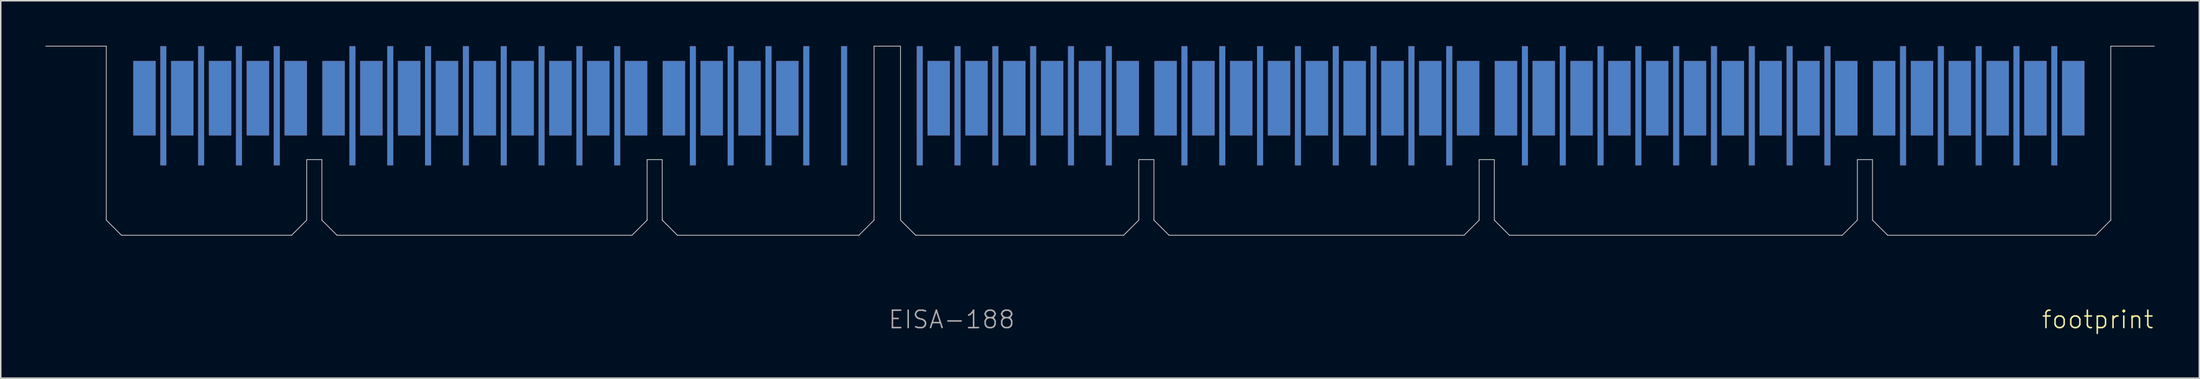
<source format=kicad_pcb>
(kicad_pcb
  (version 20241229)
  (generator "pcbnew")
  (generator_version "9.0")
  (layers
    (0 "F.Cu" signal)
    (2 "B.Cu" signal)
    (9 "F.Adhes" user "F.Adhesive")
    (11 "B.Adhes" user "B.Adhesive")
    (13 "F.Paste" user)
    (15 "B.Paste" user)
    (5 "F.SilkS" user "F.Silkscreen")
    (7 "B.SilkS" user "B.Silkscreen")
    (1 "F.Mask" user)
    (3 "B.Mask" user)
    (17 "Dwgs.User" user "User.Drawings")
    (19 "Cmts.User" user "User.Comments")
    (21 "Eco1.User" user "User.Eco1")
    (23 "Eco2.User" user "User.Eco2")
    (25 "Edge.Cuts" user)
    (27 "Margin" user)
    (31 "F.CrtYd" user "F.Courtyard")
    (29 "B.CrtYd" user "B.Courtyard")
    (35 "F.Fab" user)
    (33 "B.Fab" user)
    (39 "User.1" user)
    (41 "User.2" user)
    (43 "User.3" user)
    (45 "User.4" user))
  (footprint "footprint"
    (layer "F.Cu")
    (at 56.54 12.752)
    (property "Reference" "footprint" (at 77.47 6.35 0) (layer "F.SilkS") (effects (font (size 1.168 1.168) (thickness 0.102)) (justify left bottom)))
    (fp_line (start -51.435 2.54) (end 81.28 2.54) (stroke (width 1.016) (type solid)) (layer "F.Mask"))
    (fp_line (start -49.89 -6.35) (end -49.89 -12.002) (stroke (width 1.5) (type solid)) (layer "F.Mask"))
    (fp_line (start -49.89 -6.35) (end -49.89 2.54) (stroke (width 0.4) (type solid)) (layer "F.Mask"))
    (fp_line (start -48.62 -4.699) (end -48.62 1.905) (stroke (width 1.4) (type solid)) (layer "F.Mask"))
    (fp_line (start -47.35 -6.35) (end -47.35 -12.002) (stroke (width 1.5) (type solid)) (layer "F.Mask"))
    (fp_line (start -47.35 -6.35) (end -47.35 2.54) (stroke (width 0.4) (type solid)) (layer "F.Mask"))
    (fp_line (start -46.08 -4.699) (end -46.08 1.905) (stroke (width 1.4) (type solid)) (layer "F.Mask"))
    (fp_line (start -44.81 -6.35) (end -44.81 -12.002) (stroke (width 1.5) (type solid)) (layer "F.Mask"))
    (fp_line (start -44.81 -6.35) (end -44.81 2.54) (stroke (width 0.4) (type solid)) (layer "F.Mask"))
    (fp_line (start -43.54 -4.699) (end -43.54 1.905) (stroke (width 1.4) (type solid)) (layer "F.Mask"))
    (fp_line (start -42.27 -6.35) (end -42.27 -12.002) (stroke (width 1.5) (type solid)) (layer "F.Mask"))
    (fp_line (start -42.27 -6.35) (end -42.27 2.54) (stroke (width 0.4) (type solid)) (layer "F.Mask"))
    (fp_line (start -41 -4.699) (end -41 1.905) (stroke (width 1.4) (type solid)) (layer "F.Mask"))
    (fp_line (start -39.73 -6.35) (end -39.73 -12.002) (stroke (width 1.5) (type solid)) (layer "F.Mask"))
    (fp_line (start -39.73 -6.35) (end -39.73 2.54) (stroke (width 0.4) (type solid)) (layer "F.Mask"))
    (fp_line (start -37.19 -6.35) (end -37.19 -12.002) (stroke (width 1.5) (type solid)) (layer "F.Mask"))
    (fp_line (start -37.19 -6.35) (end -37.19 2.54) (stroke (width 0.4) (type solid)) (layer "F.Mask"))
    (fp_line (start -35.92 -4.699) (end -35.92 1.905) (stroke (width 1.4) (type solid)) (layer "F.Mask"))
    (fp_line (start -34.65 -6.35) (end -34.65 -12.002) (stroke (width 1.5) (type solid)) (layer "F.Mask"))
    (fp_line (start -34.65 -6.35) (end -34.65 2.54) (stroke (width 0.4) (type solid)) (layer "F.Mask"))
    (fp_line (start -33.38 -4.699) (end -33.38 1.905) (stroke (width 1.4) (type solid)) (layer "F.Mask"))
    (fp_line (start -32.11 -6.35) (end -32.11 -12.002) (stroke (width 1.5) (type solid)) (layer "F.Mask"))
    (fp_line (start -32.11 -6.35) (end -32.11 2.54) (stroke (width 0.4) (type solid)) (layer "F.Mask"))
    (fp_line (start -30.84 -4.699) (end -30.84 1.905) (stroke (width 1.4) (type solid)) (layer "F.Mask"))
    (fp_line (start -29.57 -6.35) (end -29.57 -12.002) (stroke (width 1.5) (type solid)) (layer "F.Mask"))
    (fp_line (start -29.57 -6.35) (end -29.57 2.54) (stroke (width 0.4) (type solid)) (layer "F.Mask"))
    (fp_line (start -28.3 -4.699) (end -28.3 1.905) (stroke (width 1.4) (type solid)) (layer "F.Mask"))
    (fp_line (start -27.03 -6.35) (end -27.03 -12.002) (stroke (width 1.5) (type solid)) (layer "F.Mask"))
    (fp_line (start -27.03 -6.35) (end -27.03 2.54) (stroke (width 0.4) (type solid)) (layer "F.Mask"))
    (fp_line (start -25.76 -4.699) (end -25.76 1.905) (stroke (width 1.4) (type solid)) (layer "F.Mask"))
    (fp_line (start -24.49 -6.35) (end -24.49 -12.002) (stroke (width 1.5) (type solid)) (layer "F.Mask"))
    (fp_line (start -24.49 -6.35) (end -24.49 2.54) (stroke (width 0.4) (type solid)) (layer "F.Mask"))
    (fp_line (start -23.22 -4.699) (end -23.22 1.905) (stroke (width 1.4) (type solid)) (layer "F.Mask"))
    (fp_line (start -21.95 -6.35) (end -21.95 -12.002) (stroke (width 1.5) (type solid)) (layer "F.Mask"))
    (fp_line (start -21.95 -6.35) (end -21.95 2.54) (stroke (width 0.4) (type solid)) (layer "F.Mask"))
    (fp_line (start -20.68 -4.699) (end -20.68 1.905) (stroke (width 1.4) (type solid)) (layer "F.Mask"))
    (fp_line (start -19.41 -6.35) (end -19.41 -12.002) (stroke (width 1.5) (type solid)) (layer "F.Mask"))
    (fp_line (start -19.41 -6.35) (end -19.41 2.54) (stroke (width 0.4) (type solid)) (layer "F.Mask"))
    (fp_line (start -18.14 -4.699) (end -18.14 1.905) (stroke (width 1.4) (type solid)) (layer "F.Mask"))
    (fp_line (start -16.87 -6.35) (end -16.87 -12.002) (stroke (width 1.5) (type solid)) (layer "F.Mask"))
    (fp_line (start -16.87 -6.35) (end -16.87 2.54) (stroke (width 0.4) (type solid)) (layer "F.Mask"))
    (fp_line (start -14.33 -6.35) (end -14.33 -12.002) (stroke (width 1.5) (type solid)) (layer "F.Mask"))
    (fp_line (start -14.33 -6.35) (end -14.33 2.54) (stroke (width 0.4) (type solid)) (layer "F.Mask"))
    (fp_line (start -13.06 -4.699) (end -13.06 1.905) (stroke (width 1.4) (type solid)) (layer "F.Mask"))
    (fp_line (start -11.79 -6.35) (end -11.79 -12.002) (stroke (width 1.5) (type solid)) (layer "F.Mask"))
    (fp_line (start -11.79 -6.35) (end -11.79 2.54) (stroke (width 0.4) (type solid)) (layer "F.Mask"))
    (fp_line (start -10.52 -4.699) (end -10.52 1.905) (stroke (width 1.4) (type solid)) (layer "F.Mask"))
    (fp_line (start -9.25 -6.35) (end -9.25 -12.002) (stroke (width 1.5) (type solid)) (layer "F.Mask"))
    (fp_line (start -9.25 -6.35) (end -9.25 2.54) (stroke (width 0.4) (type solid)) (layer "F.Mask"))
    (fp_line (start -7.98 -4.699) (end -7.98 1.905) (stroke (width 1.4) (type solid)) (layer "F.Mask"))
    (fp_line (start -6.71 -6.35) (end -6.71 -12.002) (stroke (width 1.5) (type solid)) (layer "F.Mask"))
    (fp_line (start -6.71 -6.35) (end -6.71 2.54) (stroke (width 0.4) (type solid)) (layer "F.Mask"))
    (fp_line (start -5.44 -4.699) (end -5.44 1.905) (stroke (width 1.4) (type solid)) (layer "F.Mask"))
    (fp_line (start -2.9 -4.699) (end -2.9 1.905) (stroke (width 1.4) (type solid)) (layer "F.Mask"))
    (fp_line (start 2.18 -4.699) (end 2.18 1.905) (stroke (width 1.4) (type solid)) (layer "F.Mask"))
    (fp_line (start 3.45 -6.35) (end 3.45 -12.002) (stroke (width 1.5) (type solid)) (layer "F.Mask"))
    (fp_line (start 3.45 -6.35) (end 3.45 2.54) (stroke (width 0.4) (type solid)) (layer "F.Mask"))
    (fp_line (start 4.72 -4.699) (end 4.72 1.905) (stroke (width 1.4) (type solid)) (layer "F.Mask"))
    (fp_line (start 5.99 -6.35) (end 5.99 -12.002) (stroke (width 1.5) (type solid)) (layer "F.Mask"))
    (fp_line (start 5.99 -6.35) (end 5.99 2.54) (stroke (width 0.4) (type solid)) (layer "F.Mask"))
    (fp_line (start 7.26 -4.699) (end 7.26 1.905) (stroke (width 1.4) (type solid)) (layer "F.Mask"))
    (fp_line (start 8.53 -6.35) (end 8.53 -12.002) (stroke (width 1.5) (type solid)) (layer "F.Mask"))
    (fp_line (start 8.53 -6.35) (end 8.53 2.54) (stroke (width 0.4) (type solid)) (layer "F.Mask"))
    (fp_line (start 9.8 -4.699) (end 9.8 1.905) (stroke (width 1.4) (type solid)) (layer "F.Mask"))
    (fp_line (start 11.07 -6.35) (end 11.07 -12.002) (stroke (width 1.5) (type solid)) (layer "F.Mask"))
    (fp_line (start 11.07 -6.35) (end 11.07 2.54) (stroke (width 0.4) (type solid)) (layer "F.Mask"))
    (fp_line (start 12.34 -4.699) (end 12.34 1.905) (stroke (width 1.4) (type solid)) (layer "F.Mask"))
    (fp_line (start 13.61 -6.35) (end 13.61 -12.002) (stroke (width 1.5) (type solid)) (layer "F.Mask"))
    (fp_line (start 13.61 -6.35) (end 13.61 2.54) (stroke (width 0.4) (type solid)) (layer "F.Mask"))
    (fp_line (start 14.88 -4.699) (end 14.88 1.905) (stroke (width 1.4) (type solid)) (layer "F.Mask"))
    (fp_line (start 16.15 -6.35) (end 16.15 -12.002) (stroke (width 1.5) (type solid)) (layer "F.Mask"))
    (fp_line (start 16.15 -6.35) (end 16.15 2.54) (stroke (width 0.4) (type solid)) (layer "F.Mask"))
    (fp_line (start 18.69 -6.35) (end 18.69 -12.002) (stroke (width 1.5) (type solid)) (layer "F.Mask"))
    (fp_line (start 18.69 -6.35) (end 18.69 2.54) (stroke (width 0.4) (type solid)) (layer "F.Mask"))
    (fp_line (start 19.96 -4.699) (end 19.96 1.905) (stroke (width 1.4) (type solid)) (layer "F.Mask"))
    (fp_line (start 21.23 -6.35) (end 21.23 -12.002) (stroke (width 1.5) (type solid)) (layer "F.Mask"))
    (fp_line (start 21.23 -6.35) (end 21.23 2.54) (stroke (width 0.4) (type solid)) (layer "F.Mask"))
    (fp_line (start 22.5 -4.699) (end 22.5 1.905) (stroke (width 1.4) (type solid)) (layer "F.Mask"))
    (fp_line (start 23.77 -6.35) (end 23.77 -12.002) (stroke (width 1.5) (type solid)) (layer "F.Mask"))
    (fp_line (start 23.77 -6.35) (end 23.77 2.54) (stroke (width 0.4) (type solid)) (layer "F.Mask"))
    (fp_line (start 25.04 -4.699) (end 25.04 1.905) (stroke (width 1.4) (type solid)) (layer "F.Mask"))
    (fp_line (start 26.31 -6.35) (end 26.31 -12.002) (stroke (width 1.5) (type solid)) (layer "F.Mask"))
    (fp_line (start 26.31 -6.35) (end 26.31 2.54) (stroke (width 0.4) (type solid)) (layer "F.Mask"))
    (fp_line (start 27.58 -4.699) (end 27.58 1.905) (stroke (width 1.4) (type solid)) (layer "F.Mask"))
    (fp_line (start 28.85 -6.35) (end 28.85 -12.002) (stroke (width 1.5) (type solid)) (layer "F.Mask"))
    (fp_line (start 28.85 -6.35) (end 28.85 2.54) (stroke (width 0.4) (type solid)) (layer "F.Mask"))
    (fp_line (start 30.12 -4.699) (end 30.12 1.905) (stroke (width 1.4) (type solid)) (layer "F.Mask"))
    (fp_line (start 31.39 -6.35) (end 31.39 -12.002) (stroke (width 1.5) (type solid)) (layer "F.Mask"))
    (fp_line (start 31.39 -6.35) (end 31.39 2.54) (stroke (width 0.4) (type solid)) (layer "F.Mask"))
    (fp_line (start 32.66 -4.699) (end 32.66 1.905) (stroke (width 1.4) (type solid)) (layer "F.Mask"))
    (fp_line (start 33.93 -6.35) (end 33.93 -12.002) (stroke (width 1.5) (type solid)) (layer "F.Mask"))
    (fp_line (start 33.93 -6.35) (end 33.93 2.54) (stroke (width 0.4) (type solid)) (layer "F.Mask"))
    (fp_line (start 35.2 -4.699) (end 35.2 1.905) (stroke (width 1.4) (type solid)) (layer "F.Mask"))
    (fp_line (start 36.47 -6.35) (end 36.47 -12.002) (stroke (width 1.5) (type solid)) (layer "F.Mask"))
    (fp_line (start 36.47 -6.35) (end 36.47 2.54) (stroke (width 0.4) (type solid)) (layer "F.Mask"))
    (fp_line (start 37.74 -4.699) (end 37.74 1.905) (stroke (width 1.4) (type solid)) (layer "F.Mask"))
    (fp_line (start 39.01 -6.35) (end 39.01 -12.002) (stroke (width 1.5) (type solid)) (layer "F.Mask"))
    (fp_line (start 39.01 -6.35) (end 39.01 2.54) (stroke (width 0.4) (type solid)) (layer "F.Mask"))
    (fp_line (start 41.55 -6.35) (end 41.55 -12.002) (stroke (width 1.5) (type solid)) (layer "F.Mask"))
    (fp_line (start 41.55 -6.35) (end 41.55 2.54) (stroke (width 0.4) (type solid)) (layer "F.Mask"))
    (fp_line (start 42.82 -4.699) (end 42.82 1.905) (stroke (width 1.4) (type solid)) (layer "F.Mask"))
    (fp_line (start 44.09 -6.35) (end 44.09 -12.002) (stroke (width 1.5) (type solid)) (layer "F.Mask"))
    (fp_line (start 44.09 -6.35) (end 44.09 2.54) (stroke (width 0.4) (type solid)) (layer "F.Mask"))
    (fp_line (start 45.36 -4.699) (end 45.36 1.905) (stroke (width 1.4) (type solid)) (layer "F.Mask"))
    (fp_line (start 46.63 -6.35) (end 46.63 -12.002) (stroke (width 1.5) (type solid)) (layer "F.Mask"))
    (fp_line (start 46.63 -6.35) (end 46.63 2.54) (stroke (width 0.4) (type solid)) (layer "F.Mask"))
    (fp_line (start 47.9 -4.699) (end 47.9 1.905) (stroke (width 1.4) (type solid)) (layer "F.Mask"))
    (fp_line (start 49.17 -6.35) (end 49.17 -12.002) (stroke (width 1.5) (type solid)) (layer "F.Mask"))
    (fp_line (start 49.17 -6.35) (end 49.17 2.54) (stroke (width 0.4) (type solid)) (layer "F.Mask"))
    (fp_line (start 50.44 -4.699) (end 50.44 1.905) (stroke (width 1.4) (type solid)) (layer "F.Mask"))
    (fp_line (start 51.71 -6.35) (end 51.71 -12.002) (stroke (width 1.5) (type solid)) (layer "F.Mask"))
    (fp_line (start 51.71 -6.35) (end 51.71 2.54) (stroke (width 0.4) (type solid)) (layer "F.Mask"))
    (fp_line (start 52.98 -4.699) (end 52.98 1.905) (stroke (width 1.4) (type solid)) (layer "F.Mask"))
    (fp_line (start 54.25 -6.35) (end 54.25 -12.002) (stroke (width 1.5) (type solid)) (layer "F.Mask"))
    (fp_line (start 54.25 -6.35) (end 54.25 2.54) (stroke (width 0.4) (type solid)) (layer "F.Mask"))
    (fp_line (start 55.52 -4.699) (end 55.52 1.905) (stroke (width 1.4) (type solid)) (layer "F.Mask"))
    (fp_line (start 56.79 -6.35) (end 56.79 -12.002) (stroke (width 1.5) (type solid)) (layer "F.Mask"))
    (fp_line (start 56.79 -6.35) (end 56.79 2.54) (stroke (width 0.4) (type solid)) (layer "F.Mask"))
    (fp_line (start 58.06 -4.699) (end 58.06 1.905) (stroke (width 1.4) (type solid)) (layer "F.Mask"))
    (fp_line (start 59.33 -6.35) (end 59.33 -12.002) (stroke (width 1.5) (type solid)) (layer "F.Mask"))
    (fp_line (start 59.33 -6.35) (end 59.33 2.54) (stroke (width 0.4) (type solid)) (layer "F.Mask"))
    (fp_line (start 60.6 -4.699) (end 60.6 1.905) (stroke (width 1.4) (type solid)) (layer "F.Mask"))
    (fp_line (start 61.87 -6.35) (end 61.87 -12.002) (stroke (width 1.5) (type solid)) (layer "F.Mask"))
    (fp_line (start 61.87 -6.35) (end 61.87 2.54) (stroke (width 0.4) (type solid)) (layer "F.Mask"))
    (fp_line (start 63.14 -4.699) (end 63.14 1.905) (stroke (width 1.4) (type solid)) (layer "F.Mask"))
    (fp_line (start 64.41 -6.35) (end 64.41 -12.002) (stroke (width 1.5) (type solid)) (layer "F.Mask"))
    (fp_line (start 64.41 -6.35) (end 64.41 2.54) (stroke (width 0.4) (type solid)) (layer "F.Mask"))
    (fp_line (start 66.95 -6.35) (end 66.95 -12.002) (stroke (width 1.5) (type solid)) (layer "F.Mask"))
    (fp_line (start 66.95 -6.35) (end 66.95 2.54) (stroke (width 0.4) (type solid)) (layer "F.Mask"))
    (fp_line (start 68.22 -4.699) (end 68.22 1.905) (stroke (width 1.4) (type solid)) (layer "F.Mask"))
    (fp_line (start 69.49 -6.35) (end 69.49 -12.002) (stroke (width 1.5) (type solid)) (layer "F.Mask"))
    (fp_line (start 69.49 -6.35) (end 69.49 2.54) (stroke (width 0.4) (type solid)) (layer "F.Mask"))
    (fp_line (start 70.76 -4.699) (end 70.76 1.905) (stroke (width 1.4) (type solid)) (layer "F.Mask"))
    (fp_line (start 72.03 -6.35) (end 72.03 -12.002) (stroke (width 1.5) (type solid)) (layer "F.Mask"))
    (fp_line (start 72.03 -6.35) (end 72.03 2.54) (stroke (width 0.4) (type solid)) (layer "F.Mask"))
    (fp_line (start 73.3 -4.699) (end 73.3 1.905) (stroke (width 1.4) (type solid)) (layer "F.Mask"))
    (fp_line (start 74.57 -6.35) (end 74.57 -12.002) (stroke (width 1.5) (type solid)) (layer "F.Mask"))
    (fp_line (start 74.57 -6.35) (end 74.57 2.54) (stroke (width 0.4) (type solid)) (layer "F.Mask"))
    (fp_line (start 75.84 -4.699) (end 75.84 1.905) (stroke (width 1.4) (type solid)) (layer "F.Mask"))
    (fp_line (start 77.11 -6.35) (end 77.11 -12.002) (stroke (width 1.5) (type solid)) (layer "F.Mask"))
    (fp_line (start 77.11 -6.35) (end 77.11 2.54) (stroke (width 0.4) (type solid)) (layer "F.Mask"))
    (fp_line (start 78.38 -4.699) (end 78.38 1.905) (stroke (width 1.4) (type solid)) (layer "F.Mask"))
    (fp_line (start 79.65 -6.35) (end 79.65 -12.002) (stroke (width 1.5) (type solid)) (layer "F.Mask"))
    (fp_line (start 79.65 -6.35) (end 79.65 2.54) (stroke (width 0.4) (type solid)) (layer "F.Mask"))
    (fp_poly (pts (xy -52.705 0) (xy 83.185 0) (xy 83.185 -12.7) (xy -52.705 -12.7)) (stroke (width 0) (type solid)) (fill yes) (layer "F.Mask"))
    (fp_line (start -51.435 2.54) (end 81.28 2.54) (stroke (width 1.016) (type solid)) (layer "B.Mask"))
    (fp_line (start -49.89 -6.35) (end -49.89 -12.002) (stroke (width 1.5) (type solid)) (layer "B.Mask"))
    (fp_line (start -49.89 -6.35) (end -49.89 2.54) (stroke (width 0.4) (type solid)) (layer "B.Mask"))
    (fp_line (start -48.62 -4.699) (end -48.62 1.905) (stroke (width 1.4) (type solid)) (layer "B.Mask"))
    (fp_line (start -47.35 -6.35) (end -47.35 -12.002) (stroke (width 1.5) (type solid)) (layer "B.Mask"))
    (fp_line (start -47.35 -6.35) (end -47.35 2.54) (stroke (width 0.4) (type solid)) (layer "B.Mask"))
    (fp_line (start -46.08 -4.699) (end -46.08 1.905) (stroke (width 1.4) (type solid)) (layer "B.Mask"))
    (fp_line (start -44.81 -6.35) (end -44.81 -12.002) (stroke (width 1.5) (type solid)) (layer "B.Mask"))
    (fp_line (start -44.81 -6.35) (end -44.81 2.54) (stroke (width 0.4) (type solid)) (layer "B.Mask"))
    (fp_line (start -43.54 -4.699) (end -43.54 1.905) (stroke (width 1.4) (type solid)) (layer "B.Mask"))
    (fp_line (start -42.27 -6.35) (end -42.27 -12.002) (stroke (width 1.5) (type solid)) (layer "B.Mask"))
    (fp_line (start -42.27 -6.35) (end -42.27 2.54) (stroke (width 0.4) (type solid)) (layer "B.Mask"))
    (fp_line (start -41 -4.699) (end -41 1.905) (stroke (width 1.4) (type solid)) (layer "B.Mask"))
    (fp_line (start -39.73 -6.35) (end -39.73 -12.002) (stroke (width 1.5) (type solid)) (layer "B.Mask"))
    (fp_line (start -39.73 -6.35) (end -39.73 2.54) (stroke (width 0.4) (type solid)) (layer "B.Mask"))
    (fp_line (start -37.19 -6.35) (end -37.19 -12.002) (stroke (width 1.5) (type solid)) (layer "B.Mask"))
    (fp_line (start -37.19 -6.35) (end -37.19 2.54) (stroke (width 0.4) (type solid)) (layer "B.Mask"))
    (fp_line (start -35.92 -4.699) (end -35.92 1.905) (stroke (width 1.4) (type solid)) (layer "B.Mask"))
    (fp_line (start -34.65 -6.35) (end -34.65 -12.002) (stroke (width 1.5) (type solid)) (layer "B.Mask"))
    (fp_line (start -34.65 -6.35) (end -34.65 2.54) (stroke (width 0.4) (type solid)) (layer "B.Mask"))
    (fp_line (start -33.38 -4.699) (end -33.38 1.905) (stroke (width 1.4) (type solid)) (layer "B.Mask"))
    (fp_line (start -32.11 -6.35) (end -32.11 -12.002) (stroke (width 1.5) (type solid)) (layer "B.Mask"))
    (fp_line (start -32.11 -6.35) (end -32.11 2.54) (stroke (width 0.4) (type solid)) (layer "B.Mask"))
    (fp_line (start -30.84 -4.699) (end -30.84 1.905) (stroke (width 1.4) (type solid)) (layer "B.Mask"))
    (fp_line (start -29.57 -6.35) (end -29.57 -12.002) (stroke (width 1.5) (type solid)) (layer "B.Mask"))
    (fp_line (start -29.57 -6.35) (end -29.57 2.54) (stroke (width 0.4) (type solid)) (layer "B.Mask"))
    (fp_line (start -28.3 -4.699) (end -28.3 1.905) (stroke (width 1.4) (type solid)) (layer "B.Mask"))
    (fp_line (start -27.03 -6.35) (end -27.03 -12.002) (stroke (width 1.5) (type solid)) (layer "B.Mask"))
    (fp_line (start -27.03 -6.35) (end -27.03 2.54) (stroke (width 0.4) (type solid)) (layer "B.Mask"))
    (fp_line (start -25.76 -4.699) (end -25.76 1.905) (stroke (width 1.4) (type solid)) (layer "B.Mask"))
    (fp_line (start -24.49 -6.35) (end -24.49 -12.002) (stroke (width 1.5) (type solid)) (layer "B.Mask"))
    (fp_line (start -24.49 -6.35) (end -24.49 2.54) (stroke (width 0.4) (type solid)) (layer "B.Mask"))
    (fp_line (start -23.22 -4.699) (end -23.22 1.905) (stroke (width 1.4) (type solid)) (layer "B.Mask"))
    (fp_line (start -21.95 -6.35) (end -21.95 -12.002) (stroke (width 1.5) (type solid)) (layer "B.Mask"))
    (fp_line (start -21.95 -6.35) (end -21.95 2.54) (stroke (width 0.4) (type solid)) (layer "B.Mask"))
    (fp_line (start -20.68 -4.699) (end -20.68 1.905) (stroke (width 1.4) (type solid)) (layer "B.Mask"))
    (fp_line (start -19.41 -6.35) (end -19.41 -12.002) (stroke (width 1.5) (type solid)) (layer "B.Mask"))
    (fp_line (start -19.41 -6.35) (end -19.41 2.54) (stroke (width 0.4) (type solid)) (layer "B.Mask"))
    (fp_line (start -18.14 -4.699) (end -18.14 1.905) (stroke (width 1.4) (type solid)) (layer "B.Mask"))
    (fp_line (start -16.87 -6.35) (end -16.87 -12.002) (stroke (width 1.5) (type solid)) (layer "B.Mask"))
    (fp_line (start -16.87 -6.35) (end -16.87 2.54) (stroke (width 0.4) (type solid)) (layer "B.Mask"))
    (fp_line (start -14.33 -6.35) (end -14.33 -12.002) (stroke (width 1.5) (type solid)) (layer "B.Mask"))
    (fp_line (start -14.33 -6.35) (end -14.33 2.54) (stroke (width 0.4) (type solid)) (layer "B.Mask"))
    (fp_line (start -13.06 -4.699) (end -13.06 1.905) (stroke (width 1.4) (type solid)) (layer "B.Mask"))
    (fp_line (start -11.79 -6.35) (end -11.79 -12.002) (stroke (width 1.5) (type solid)) (layer "B.Mask"))
    (fp_line (start -11.79 -6.35) (end -11.79 2.54) (stroke (width 0.4) (type solid)) (layer "B.Mask"))
    (fp_line (start -10.52 -4.699) (end -10.52 1.905) (stroke (width 1.4) (type solid)) (layer "B.Mask"))
    (fp_line (start -9.25 -6.35) (end -9.25 -12.002) (stroke (width 1.5) (type solid)) (layer "B.Mask"))
    (fp_line (start -9.25 -6.35) (end -9.25 2.54) (stroke (width 0.4) (type solid)) (layer "B.Mask"))
    (fp_line (start -7.98 -4.699) (end -7.98 1.905) (stroke (width 1.4) (type solid)) (layer "B.Mask"))
    (fp_line (start -6.71 -6.35) (end -6.71 -12.002) (stroke (width 1.5) (type solid)) (layer "B.Mask"))
    (fp_line (start -6.71 -6.35) (end -6.71 2.54) (stroke (width 0.4) (type solid)) (layer "B.Mask"))
    (fp_line (start -5.44 -4.699) (end -5.44 1.905) (stroke (width 1.4) (type solid)) (layer "B.Mask"))
    (fp_line (start -2.9 -4.699) (end -2.9 1.905) (stroke (width 1.4) (type solid)) (layer "B.Mask"))
    (fp_line (start 2.18 -4.699) (end 2.18 1.905) (stroke (width 1.4) (type solid)) (layer "B.Mask"))
    (fp_line (start 3.45 -6.35) (end 3.45 -12.002) (stroke (width 1.5) (type solid)) (layer "B.Mask"))
    (fp_line (start 3.45 -6.35) (end 3.45 2.54) (stroke (width 0.4) (type solid)) (layer "B.Mask"))
    (fp_line (start 4.72 -4.699) (end 4.72 1.905) (stroke (width 1.4) (type solid)) (layer "B.Mask"))
    (fp_line (start 5.99 -6.35) (end 5.99 -12.002) (stroke (width 1.5) (type solid)) (layer "B.Mask"))
    (fp_line (start 5.99 -6.35) (end 5.99 2.54) (stroke (width 0.4) (type solid)) (layer "B.Mask"))
    (fp_line (start 7.26 -4.699) (end 7.26 1.905) (stroke (width 1.4) (type solid)) (layer "B.Mask"))
    (fp_line (start 8.53 -6.35) (end 8.53 -12.002) (stroke (width 1.5) (type solid)) (layer "B.Mask"))
    (fp_line (start 8.53 -6.35) (end 8.53 2.54) (stroke (width 0.4) (type solid)) (layer "B.Mask"))
    (fp_line (start 9.8 -4.699) (end 9.8 1.905) (stroke (width 1.4) (type solid)) (layer "B.Mask"))
    (fp_line (start 11.07 -6.35) (end 11.07 -12.002) (stroke (width 1.5) (type solid)) (layer "B.Mask"))
    (fp_line (start 11.07 -6.35) (end 11.07 2.54) (stroke (width 0.4) (type solid)) (layer "B.Mask"))
    (fp_line (start 12.34 -4.699) (end 12.34 1.905) (stroke (width 1.4) (type solid)) (layer "B.Mask"))
    (fp_line (start 13.61 -6.35) (end 13.61 -12.002) (stroke (width 1.5) (type solid)) (layer "B.Mask"))
    (fp_line (start 13.61 -6.35) (end 13.61 2.54) (stroke (width 0.4) (type solid)) (layer "B.Mask"))
    (fp_line (start 14.88 -4.699) (end 14.88 1.905) (stroke (width 1.4) (type solid)) (layer "B.Mask"))
    (fp_line (start 16.15 -6.35) (end 16.15 -12.002) (stroke (width 1.5) (type solid)) (layer "B.Mask"))
    (fp_line (start 16.15 -6.35) (end 16.15 2.54) (stroke (width 0.4) (type solid)) (layer "B.Mask"))
    (fp_line (start 18.69 -6.35) (end 18.69 -12.002) (stroke (width 1.5) (type solid)) (layer "B.Mask"))
    (fp_line (start 18.69 -6.35) (end 18.69 2.54) (stroke (width 0.4) (type solid)) (layer "B.Mask"))
    (fp_line (start 19.96 -4.699) (end 19.96 1.905) (stroke (width 1.4) (type solid)) (layer "B.Mask"))
    (fp_line (start 21.23 -6.35) (end 21.23 -12.002) (stroke (width 1.5) (type solid)) (layer "B.Mask"))
    (fp_line (start 21.23 -6.35) (end 21.23 2.54) (stroke (width 0.4) (type solid)) (layer "B.Mask"))
    (fp_line (start 22.5 -4.699) (end 22.5 1.905) (stroke (width 1.4) (type solid)) (layer "B.Mask"))
    (fp_line (start 23.77 -6.35) (end 23.77 -12.002) (stroke (width 1.5) (type solid)) (layer "B.Mask"))
    (fp_line (start 23.77 -6.35) (end 23.77 2.54) (stroke (width 0.4) (type solid)) (layer "B.Mask"))
    (fp_line (start 25.04 -4.699) (end 25.04 1.905) (stroke (width 1.4) (type solid)) (layer "B.Mask"))
    (fp_line (start 26.31 -6.35) (end 26.31 -12.002) (stroke (width 1.5) (type solid)) (layer "B.Mask"))
    (fp_line (start 26.31 -6.35) (end 26.31 2.54) (stroke (width 0.4) (type solid)) (layer "B.Mask"))
    (fp_line (start 27.58 -4.699) (end 27.58 1.905) (stroke (width 1.4) (type solid)) (layer "B.Mask"))
    (fp_line (start 28.85 -6.35) (end 28.85 -12.002) (stroke (width 1.5) (type solid)) (layer "B.Mask"))
    (fp_line (start 28.85 -6.35) (end 28.85 2.54) (stroke (width 0.4) (type solid)) (layer "B.Mask"))
    (fp_line (start 30.12 -4.699) (end 30.12 1.905) (stroke (width 1.4) (type solid)) (layer "B.Mask"))
    (fp_line (start 31.39 -6.35) (end 31.39 -12.002) (stroke (width 1.5) (type solid)) (layer "B.Mask"))
    (fp_line (start 31.39 -6.35) (end 31.39 2.54) (stroke (width 0.4) (type solid)) (layer "B.Mask"))
    (fp_line (start 32.66 -4.699) (end 32.66 1.905) (stroke (width 1.4) (type solid)) (layer "B.Mask"))
    (fp_line (start 33.93 -6.35) (end 33.93 -12.002) (stroke (width 1.5) (type solid)) (layer "B.Mask"))
    (fp_line (start 33.93 -6.35) (end 33.93 2.54) (stroke (width 0.4) (type solid)) (layer "B.Mask"))
    (fp_line (start 35.2 -4.699) (end 35.2 1.905) (stroke (width 1.4) (type solid)) (layer "B.Mask"))
    (fp_line (start 36.47 -6.35) (end 36.47 -12.002) (stroke (width 1.5) (type solid)) (layer "B.Mask"))
    (fp_line (start 36.47 -6.35) (end 36.47 2.54) (stroke (width 0.4) (type solid)) (layer "B.Mask"))
    (fp_line (start 37.74 -4.699) (end 37.74 1.905) (stroke (width 1.4) (type solid)) (layer "B.Mask"))
    (fp_line (start 39.01 -6.35) (end 39.01 -12.002) (stroke (width 1.5) (type solid)) (layer "B.Mask"))
    (fp_line (start 39.01 -6.35) (end 39.01 2.54) (stroke (width 0.4) (type solid)) (layer "B.Mask"))
    (fp_line (start 41.55 -6.35) (end 41.55 -12.002) (stroke (width 1.5) (type solid)) (layer "B.Mask"))
    (fp_line (start 41.55 -6.35) (end 41.55 2.54) (stroke (width 0.4) (type solid)) (layer "B.Mask"))
    (fp_line (start 42.82 -4.699) (end 42.82 1.905) (stroke (width 1.4) (type solid)) (layer "B.Mask"))
    (fp_line (start 44.09 -6.35) (end 44.09 -12.002) (stroke (width 1.5) (type solid)) (layer "B.Mask"))
    (fp_line (start 44.09 -6.35) (end 44.09 2.54) (stroke (width 0.4) (type solid)) (layer "B.Mask"))
    (fp_line (start 45.36 -4.699) (end 45.36 1.905) (stroke (width 1.4) (type solid)) (layer "B.Mask"))
    (fp_line (start 46.63 -6.35) (end 46.63 -12.002) (stroke (width 1.5) (type solid)) (layer "B.Mask"))
    (fp_line (start 46.63 -6.35) (end 46.63 2.54) (stroke (width 0.4) (type solid)) (layer "B.Mask"))
    (fp_line (start 47.9 -4.699) (end 47.9 1.905) (stroke (width 1.4) (type solid)) (layer "B.Mask"))
    (fp_line (start 49.17 -6.35) (end 49.17 -12.002) (stroke (width 1.5) (type solid)) (layer "B.Mask"))
    (fp_line (start 49.17 -6.35) (end 49.17 2.54) (stroke (width 0.4) (type solid)) (layer "B.Mask"))
    (fp_line (start 50.44 -4.699) (end 50.44 1.905) (stroke (width 1.4) (type solid)) (layer "B.Mask"))
    (fp_line (start 51.71 -6.35) (end 51.71 -12.002) (stroke (width 1.5) (type solid)) (layer "B.Mask"))
    (fp_line (start 51.71 -6.35) (end 51.71 2.54) (stroke (width 0.4) (type solid)) (layer "B.Mask"))
    (fp_line (start 52.98 -4.699) (end 52.98 1.905) (stroke (width 1.4) (type solid)) (layer "B.Mask"))
    (fp_line (start 54.25 -6.35) (end 54.25 -12.002) (stroke (width 1.5) (type solid)) (layer "B.Mask"))
    (fp_line (start 54.25 -6.35) (end 54.25 2.54) (stroke (width 0.4) (type solid)) (layer "B.Mask"))
    (fp_line (start 55.52 -4.699) (end 55.52 1.905) (stroke (width 1.4) (type solid)) (layer "B.Mask"))
    (fp_line (start 56.79 -6.35) (end 56.79 -12.002) (stroke (width 1.5) (type solid)) (layer "B.Mask"))
    (fp_line (start 56.79 -6.35) (end 56.79 2.54) (stroke (width 0.4) (type solid)) (layer "B.Mask"))
    (fp_line (start 58.06 -4.699) (end 58.06 1.905) (stroke (width 1.4) (type solid)) (layer "B.Mask"))
    (fp_line (start 59.33 -6.35) (end 59.33 -12.002) (stroke (width 1.5) (type solid)) (layer "B.Mask"))
    (fp_line (start 59.33 -6.35) (end 59.33 2.54) (stroke (width 0.4) (type solid)) (layer "B.Mask"))
    (fp_line (start 60.6 -4.699) (end 60.6 1.905) (stroke (width 1.4) (type solid)) (layer "B.Mask"))
    (fp_line (start 61.87 -6.35) (end 61.87 -12.002) (stroke (width 1.5) (type solid)) (layer "B.Mask"))
    (fp_line (start 61.87 -6.35) (end 61.87 2.54) (stroke (width 0.4) (type solid)) (layer "B.Mask"))
    (fp_line (start 63.14 -4.699) (end 63.14 1.905) (stroke (width 1.4) (type solid)) (layer "B.Mask"))
    (fp_line (start 64.41 -6.35) (end 64.41 -12.002) (stroke (width 1.5) (type solid)) (layer "B.Mask"))
    (fp_line (start 64.41 -6.35) (end 64.41 2.54) (stroke (width 0.4) (type solid)) (layer "B.Mask"))
    (fp_line (start 66.95 -6.35) (end 66.95 -12.002) (stroke (width 1.5) (type solid)) (layer "B.Mask"))
    (fp_line (start 66.95 -6.35) (end 66.95 2.54) (stroke (width 0.4) (type solid)) (layer "B.Mask"))
    (fp_line (start 68.22 -4.699) (end 68.22 1.905) (stroke (width 1.4) (type solid)) (layer "B.Mask"))
    (fp_line (start 69.49 -6.35) (end 69.49 -12.002) (stroke (width 1.5) (type solid)) (layer "B.Mask"))
    (fp_line (start 69.49 -6.35) (end 69.49 2.54) (stroke (width 0.4) (type solid)) (layer "B.Mask"))
    (fp_line (start 70.76 -4.699) (end 70.76 1.905) (stroke (width 1.4) (type solid)) (layer "B.Mask"))
    (fp_line (start 72.03 -6.35) (end 72.03 -12.002) (stroke (width 1.5) (type solid)) (layer "B.Mask"))
    (fp_line (start 72.03 -6.35) (end 72.03 2.54) (stroke (width 0.4) (type solid)) (layer "B.Mask"))
    (fp_line (start 73.3 -4.699) (end 73.3 1.905) (stroke (width 1.4) (type solid)) (layer "B.Mask"))
    (fp_line (start 74.57 -6.35) (end 74.57 -12.002) (stroke (width 1.5) (type solid)) (layer "B.Mask"))
    (fp_line (start 74.57 -6.35) (end 74.57 2.54) (stroke (width 0.4) (type solid)) (layer "B.Mask"))
    (fp_line (start 75.84 -4.699) (end 75.84 1.905) (stroke (width 1.4) (type solid)) (layer "B.Mask"))
    (fp_line (start 77.11 -6.35) (end 77.11 -12.002) (stroke (width 1.5) (type solid)) (layer "B.Mask"))
    (fp_line (start 77.11 -6.35) (end 77.11 2.54) (stroke (width 0.4) (type solid)) (layer "B.Mask"))
    (fp_line (start 78.38 -4.699) (end 78.38 1.905) (stroke (width 1.4) (type solid)) (layer "B.Mask"))
    (fp_line (start 79.65 -6.35) (end 79.65 -12.002) (stroke (width 1.5) (type solid)) (layer "B.Mask"))
    (fp_line (start 79.65 -6.35) (end 79.65 2.54) (stroke (width 0.4) (type solid)) (layer "B.Mask"))
    (fp_poly (pts (xy -52.705 0) (xy 83.185 0) (xy 83.185 -12.7) (xy -52.705 -12.7)) (stroke (width 0) (type solid)) (fill yes) (layer "B.Mask"))
    (fp_line (start -52.451 -12.7) (end -56.515 -12.7) (stroke (width 0.05) (type solid)) (layer "Edge.Cuts"))
    (fp_line (start -52.451 -1.016) (end -52.451 -12.7) (stroke (width 0.05) (type solid)) (layer "Edge.Cuts"))
    (fp_line (start -52.451 -1.016) (end -51.435 0) (stroke (width 0.05) (type solid)) (layer "Edge.Cuts"))
    (fp_line (start -40.005 0) (end -51.435 0) (stroke (width 0.05) (type solid)) (layer "Edge.Cuts"))
    (fp_line (start -38.989 -5.08) (end -37.973 -5.08) (stroke (width 0.05) (type solid)) (layer "Edge.Cuts"))
    (fp_line (start -38.989 -1.016) (end -40.005 0) (stroke (width 0.05) (type solid)) (layer "Edge.Cuts"))
    (fp_line (start -38.989 -1.016) (end -38.989 -5.08) (stroke (width 0.05) (type solid)) (layer "Edge.Cuts"))
    (fp_line (start -37.973 -5.08) (end -37.973 -1.016) (stroke (width 0.05) (type solid)) (layer "Edge.Cuts"))
    (fp_line (start -37.973 -1.016) (end -36.957 0) (stroke (width 0.05) (type solid)) (layer "Edge.Cuts"))
    (fp_line (start -36.957 0) (end -17.145 0) (stroke (width 0.05) (type solid)) (layer "Edge.Cuts"))
    (fp_line (start -16.129 -5.08) (end -15.113 -5.08) (stroke (width 0.05) (type solid)) (layer "Edge.Cuts"))
    (fp_line (start -16.129 -1.016) (end -17.145 0) (stroke (width 0.05) (type solid)) (layer "Edge.Cuts"))
    (fp_line (start -16.129 -1.016) (end -16.129 -5.08) (stroke (width 0.05) (type solid)) (layer "Edge.Cuts"))
    (fp_line (start -15.113 -5.08) (end -15.113 -1.016) (stroke (width 0.05) (type solid)) (layer "Edge.Cuts"))
    (fp_line (start -15.113 -1.016) (end -14.097 0) (stroke (width 0.05) (type solid)) (layer "Edge.Cuts"))
    (fp_line (start -14.097 0) (end -1.905 0) (stroke (width 0.05) (type solid)) (layer "Edge.Cuts"))
    (fp_line (start -0.889 -12.7) (end 0.889 -12.7) (stroke (width 0.05) (type solid)) (layer "Edge.Cuts"))
    (fp_line (start -0.889 -1.016) (end -1.905 0) (stroke (width 0.05) (type solid)) (layer "Edge.Cuts"))
    (fp_line (start -0.889 -1.016) (end -0.889 -12.7) (stroke (width 0.05) (type solid)) (layer "Edge.Cuts"))
    (fp_line (start 0.889 -12.7) (end 0.889 -1.016) (stroke (width 0.05) (type solid)) (layer "Edge.Cuts"))
    (fp_line (start 0.889 -1.016) (end 1.905 0) (stroke (width 0.05) (type solid)) (layer "Edge.Cuts"))
    (fp_line (start 1.905 0) (end 15.875 0) (stroke (width 0.05) (type solid)) (layer "Edge.Cuts"))
    (fp_line (start 16.891 -5.08) (end 17.907 -5.08) (stroke (width 0.05) (type solid)) (layer "Edge.Cuts"))
    (fp_line (start 16.891 -1.016) (end 15.875 0) (stroke (width 0.05) (type solid)) (layer "Edge.Cuts"))
    (fp_line (start 16.891 -1.016) (end 16.891 -5.08) (stroke (width 0.05) (type solid)) (layer "Edge.Cuts"))
    (fp_line (start 17.907 -5.08) (end 17.907 -1.016) (stroke (width 0.05) (type solid)) (layer "Edge.Cuts"))
    (fp_line (start 17.907 -1.016) (end 18.923 0) (stroke (width 0.05) (type solid)) (layer "Edge.Cuts"))
    (fp_line (start 18.923 0) (end 38.735 0) (stroke (width 0.05) (type solid)) (layer "Edge.Cuts"))
    (fp_line (start 39.751 -5.08) (end 40.767 -5.08) (stroke (width 0.05) (type solid)) (layer "Edge.Cuts"))
    (fp_line (start 39.751 -1.016) (end 38.735 0) (stroke (width 0.05) (type solid)) (layer "Edge.Cuts"))
    (fp_line (start 39.751 -1.016) (end 39.751 -5.08) (stroke (width 0.05) (type solid)) (layer "Edge.Cuts"))
    (fp_line (start 40.767 -5.08) (end 40.767 -1.016) (stroke (width 0.05) (type solid)) (layer "Edge.Cuts"))
    (fp_line (start 40.767 -1.016) (end 41.783 0) (stroke (width 0.05) (type solid)) (layer "Edge.Cuts"))
    (fp_line (start 41.783 0) (end 64.135 0) (stroke (width 0.05) (type solid)) (layer "Edge.Cuts"))
    (fp_line (start 65.151 -5.08) (end 66.167 -5.08) (stroke (width 0.05) (type solid)) (layer "Edge.Cuts"))
    (fp_line (start 65.151 -1.016) (end 64.135 0) (stroke (width 0.05) (type solid)) (layer "Edge.Cuts"))
    (fp_line (start 65.151 -1.016) (end 65.151 -5.08) (stroke (width 0.05) (type solid)) (layer "Edge.Cuts"))
    (fp_line (start 66.167 -5.08) (end 66.167 -1.016) (stroke (width 0.05) (type solid)) (layer "Edge.Cuts"))
    (fp_line (start 66.167 -1.016) (end 67.183 0) (stroke (width 0.05) (type solid)) (layer "Edge.Cuts"))
    (fp_line (start 67.183 0) (end 81.153 0) (stroke (width 0.05) (type solid)) (layer "Edge.Cuts"))
    (fp_line (start 82.169 -12.7) (end 85.09 -12.7) (stroke (width 0.05) (type solid)) (layer "Edge.Cuts"))
    (fp_line (start 82.169 -1.016) (end 81.153 0) (stroke (width 0.05) (type solid)) (layer "Edge.Cuts"))
    (fp_line (start 82.169 -1.016) (end 82.169 -12.7) (stroke (width 0.05) (type solid)) (layer "Edge.Cuts"))
    (fp_text user "EISA-188" (at 0 6.35 0) (layer "F.Fab") (effects (font (size 1.168 1.168) (thickness 0.102)) (justify left bottom)))
    (pad "A1" smd rect (at 79.65 -9.204) (size 1.5 5) (layers "F.Cu" "F.Mask"))
    (pad "A2" smd rect (at 77.11 -9.204) (size 1.5 5) (layers "F.Cu" "F.Mask"))
    (pad "A3" smd rect (at 74.57 -9.204) (size 1.5 5) (layers "F.Cu" "F.Mask"))
    (pad "A4" smd rect (at 72.03 -9.204) (size 1.5 5) (layers "F.Cu" "F.Mask"))
    (pad "A5" smd rect (at 69.49 -9.204) (size 1.5 5) (layers "F.Cu" "F.Mask"))
    (pad "A6" smd rect (at 66.95 -9.204) (size 1.5 5) (layers "F.Cu" "F.Mask"))
    (pad "A7" smd rect (at 64.41 -9.204) (size 1.5 5) (layers "F.Cu" "F.Mask"))
    (pad "A8" smd rect (at 61.87 -9.204) (size 1.5 5) (layers "F.Cu" "F.Mask"))
    (pad "A9" smd rect (at 59.33 -9.204) (size 1.5 5) (layers "F.Cu" "F.Mask"))
    (pad "A10" smd rect (at 56.79 -9.204) (size 1.5 5) (layers "F.Cu" "F.Mask"))
    (pad "A11" smd rect (at 54.25 -9.204) (size 1.5 5) (layers "F.Cu" "F.Mask"))
    (pad "A12" smd rect (at 51.71 -9.204) (size 1.5 5) (layers "F.Cu" "F.Mask"))
    (pad "A13" smd rect (at 49.17 -9.204) (size 1.5 5) (layers "F.Cu" "F.Mask"))
    (pad "A14" smd rect (at 46.63 -9.204) (size 1.5 5) (layers "F.Cu" "F.Mask"))
    (pad "A15" smd rect (at 44.09 -9.204) (size 1.5 5) (layers "F.Cu" "F.Mask"))
    (pad "A16" smd rect (at 41.55 -9.204) (size 1.5 5) (layers "F.Cu" "F.Mask"))
    (pad "A17" smd rect (at 39.01 -9.204) (size 1.5 5) (layers "F.Cu" "F.Mask"))
    (pad "A18" smd rect (at 36.47 -9.204) (size 1.5 5) (layers "F.Cu" "F.Mask"))
    (pad "A19" smd rect (at 33.93 -9.204) (size 1.5 5) (layers "F.Cu" "F.Mask"))
    (pad "A20" smd rect (at 31.39 -9.204) (size 1.5 5) (layers "F.Cu" "F.Mask"))
    (pad "A21" smd rect (at 28.85 -9.204) (size 1.5 5) (layers "F.Cu" "F.Mask"))
    (pad "A22" smd rect (at 26.31 -9.204) (size 1.5 5) (layers "F.Cu" "F.Mask"))
    (pad "A23" smd rect (at 23.77 -9.204) (size 1.5 5) (layers "F.Cu" "F.Mask"))
    (pad "A24" smd rect (at 21.23 -9.204) (size 1.5 5) (layers "F.Cu" "F.Mask"))
    (pad "A25" smd rect (at 18.69 -9.204) (size 1.5 5) (layers "F.Cu" "F.Mask"))
    (pad "A26" smd rect (at 16.15 -9.204) (size 1.5 5) (layers "F.Cu" "F.Mask"))
    (pad "A27" smd rect (at 13.61 -9.204) (size 1.5 5) (layers "F.Cu" "F.Mask"))
    (pad "A28" smd rect (at 11.07 -9.204) (size 1.5 5) (layers "F.Cu" "F.Mask"))
    (pad "A29" smd rect (at 8.53 -9.204) (size 1.5 5) (layers "F.Cu" "F.Mask"))
    (pad "A30" smd rect (at 5.99 -9.204) (size 1.5 5) (layers "F.Cu" "F.Mask"))
    (pad "A31" smd rect (at 3.45 -9.204) (size 1.5 5) (layers "F.Cu" "F.Mask"))
    (pad "B1" smd rect (at 79.65 -9.204) (size 1.5 5) (layers "B.Cu" "B.Mask"))
    (pad "B2" smd rect (at 77.11 -9.204) (size 1.5 5) (layers "B.Cu" "B.Mask"))
    (pad "B3" smd rect (at 74.57 -9.204) (size 1.5 5) (layers "B.Cu" "B.Mask"))
    (pad "B4" smd rect (at 72.03 -9.204) (size 1.5 5) (layers "B.Cu" "B.Mask"))
    (pad "B5" smd rect (at 69.49 -9.204) (size 1.5 5) (layers "B.Cu" "B.Mask"))
    (pad "B6" smd rect (at 66.95 -9.204) (size 1.5 5) (layers "B.Cu" "B.Mask"))
    (pad "B7" smd rect (at 64.41 -9.204) (size 1.5 5) (layers "B.Cu" "B.Mask"))
    (pad "B8" smd rect (at 61.87 -9.204) (size 1.5 5) (layers "B.Cu" "B.Mask"))
    (pad "B9" smd rect (at 59.33 -9.204) (size 1.5 5) (layers "B.Cu" "B.Mask"))
    (pad "B10" smd rect (at 56.79 -9.204) (size 1.5 5) (layers "B.Cu" "B.Mask"))
    (pad "B11" smd rect (at 54.25 -9.204) (size 1.5 5) (layers "B.Cu" "B.Mask"))
    (pad "B12" smd rect (at 51.71 -9.204) (size 1.5 5) (layers "B.Cu" "B.Mask"))
    (pad "B13" smd rect (at 49.17 -9.204) (size 1.5 5) (layers "B.Cu" "B.Mask"))
    (pad "B14" smd rect (at 46.63 -9.204) (size 1.5 5) (layers "B.Cu" "B.Mask"))
    (pad "B15" smd rect (at 44.09 -9.204) (size 1.5 5) (layers "B.Cu" "B.Mask"))
    (pad "B16" smd rect (at 41.55 -9.204) (size 1.5 5) (layers "B.Cu" "B.Mask"))
    (pad "B17" smd rect (at 39.01 -9.204) (size 1.5 5) (layers "B.Cu" "B.Mask"))
    (pad "B18" smd rect (at 36.47 -9.204) (size 1.5 5) (layers "B.Cu" "B.Mask"))
    (pad "B19" smd rect (at 33.93 -9.204) (size 1.5 5) (layers "B.Cu" "B.Mask"))
    (pad "B20" smd rect (at 31.39 -9.204) (size 1.5 5) (layers "B.Cu" "B.Mask"))
    (pad "B21" smd rect (at 28.85 -9.204) (size 1.5 5) (layers "B.Cu" "B.Mask"))
    (pad "B22" smd rect (at 26.31 -9.204) (size 1.5 5) (layers "B.Cu" "B.Mask"))
    (pad "B23" smd rect (at 23.77 -9.204) (size 1.5 5) (layers "B.Cu" "B.Mask"))
    (pad "B24" smd rect (at 21.23 -9.204) (size 1.5 5) (layers "B.Cu" "B.Mask"))
    (pad "B25" smd rect (at 18.69 -9.204) (size 1.5 5) (layers "B.Cu" "B.Mask"))
    (pad "B26" smd rect (at 16.15 -9.204) (size 1.5 5) (layers "B.Cu" "B.Mask"))
    (pad "B27" smd rect (at 13.61 -9.204) (size 1.5 5) (layers "B.Cu" "B.Mask"))
    (pad "B28" smd rect (at 11.07 -9.204) (size 1.5 5) (layers "B.Cu" "B.Mask"))
    (pad "B29" smd rect (at 8.53 -9.204) (size 1.5 5) (layers "B.Cu" "B.Mask"))
    (pad "B30" smd rect (at 5.99 -9.204) (size 1.5 5) (layers "B.Cu" "B.Mask"))
    (pad "B31" smd rect (at 3.45 -9.204) (size 1.5 5) (layers "B.Cu" "B.Mask"))
    (pad "C1" smd rect (at -6.71 -9.204) (size 1.5 5) (layers "F.Cu" "F.Mask"))
    (pad "C2" smd rect (at -9.25 -9.204) (size 1.5 5) (layers "F.Cu" "F.Mask"))
    (pad "C3" smd rect (at -11.79 -9.204) (size 1.5 5) (layers "F.Cu" "F.Mask"))
    (pad "C4" smd rect (at -14.33 -9.204) (size 1.5 5) (layers "F.Cu" "F.Mask"))
    (pad "C5" smd rect (at -16.87 -9.204) (size 1.5 5) (layers "F.Cu" "F.Mask"))
    (pad "C6" smd rect (at -19.41 -9.204) (size 1.5 5) (layers "F.Cu" "F.Mask"))
    (pad "C7" smd rect (at -21.95 -9.204) (size 1.5 5) (layers "F.Cu" "F.Mask"))
    (pad "C8" smd rect (at -24.49 -9.204) (size 1.5 5) (layers "F.Cu" "F.Mask"))
    (pad "C9" smd rect (at -27.03 -9.204) (size 1.5 5) (layers "F.Cu" "F.Mask"))
    (pad "C10" smd rect (at -29.57 -9.204) (size 1.5 5) (layers "F.Cu" "F.Mask"))
    (pad "C11" smd rect (at -32.11 -9.204) (size 1.5 5) (layers "F.Cu" "F.Mask"))
    (pad "C12" smd rect (at -34.65 -9.204) (size 1.5 5) (layers "F.Cu" "F.Mask"))
    (pad "C13" smd rect (at -37.19 -9.204) (size 1.5 5) (layers "F.Cu" "F.Mask"))
    (pad "C14" smd rect (at -39.73 -9.204) (size 1.5 5) (layers "F.Cu" "F.Mask"))
    (pad "C15" smd rect (at -42.27 -9.204) (size 1.5 5) (layers "F.Cu" "F.Mask"))
    (pad "C16" smd rect (at -44.81 -9.204) (size 1.5 5) (layers "F.Cu" "F.Mask"))
    (pad "C17" smd rect (at -47.35 -9.204) (size 1.5 5) (layers "F.Cu" "F.Mask"))
    (pad "C18" smd rect (at -49.89 -9.204) (size 1.5 5) (layers "F.Cu" "F.Mask"))
    (pad "D1" smd rect (at -6.71 -9.204) (size 1.5 5) (layers "B.Cu" "B.Mask"))
    (pad "D2" smd rect (at -9.25 -9.204) (size 1.5 5) (layers "B.Cu" "B.Mask"))
    (pad "D3" smd rect (at -11.79 -9.204) (size 1.5 5) (layers "B.Cu" "B.Mask"))
    (pad "D4" smd rect (at -14.33 -9.204) (size 1.5 5) (layers "B.Cu" "B.Mask"))
    (pad "D5" smd rect (at -16.87 -9.204) (size 1.5 5) (layers "B.Cu" "B.Mask"))
    (pad "D6" smd rect (at -19.41 -9.204) (size 1.5 5) (layers "B.Cu" "B.Mask"))
    (pad "D7" smd rect (at -21.95 -9.204) (size 1.5 5) (layers "B.Cu" "B.Mask"))
    (pad "D8" smd rect (at -24.49 -9.204) (size 1.5 5) (layers "B.Cu" "B.Mask"))
    (pad "D9" smd rect (at -27.03 -9.204) (size 1.5 5) (layers "B.Cu" "B.Mask"))
    (pad "D10" smd rect (at -29.57 -9.204) (size 1.5 5) (layers "B.Cu" "B.Mask"))
    (pad "D11" smd rect (at -32.11 -9.204) (size 1.5 5) (layers "B.Cu" "B.Mask"))
    (pad "D12" smd rect (at -34.65 -9.204) (size 1.5 5) (layers "B.Cu" "B.Mask"))
    (pad "D13" smd rect (at -37.19 -9.204) (size 1.5 5) (layers "B.Cu" "B.Mask"))
    (pad "D14" smd rect (at -39.73 -9.204) (size 1.5 5) (layers "B.Cu" "B.Mask"))
    (pad "D15" smd rect (at -42.27 -9.204) (size 1.5 5) (layers "B.Cu" "B.Mask"))
    (pad "D16" smd rect (at -44.81 -9.204) (size 1.5 5) (layers "B.Cu" "B.Mask"))
    (pad "D17" smd rect (at -47.35 -9.204) (size 1.5 5) (layers "B.Cu" "B.Mask"))
    (pad "D18" smd rect (at -49.89 -9.204) (size 1.5 5) (layers "B.Cu" "B.Mask"))
    (pad "E1" smd rect (at 78.38 -8.697) (size 0.4 8) (layers "F.Cu" "F.Mask"))
    (pad "E2" smd rect (at 75.84 -8.697) (size 0.4 8) (layers "F.Cu" "F.Mask"))
    (pad "E3" smd rect (at 73.3 -8.697) (size 0.4 8) (layers "F.Cu" "F.Mask"))
    (pad "E4" smd rect (at 70.76 -8.697) (size 0.4 8) (layers "F.Cu" "F.Mask"))
    (pad "E5" smd rect (at 68.22 -8.697) (size 0.4 8) (layers "F.Cu" "F.Mask"))
    (pad "E7" smd rect (at 63.14 -8.697) (size 0.4 8) (layers "F.Cu" "F.Mask"))
    (pad "E8" smd rect (at 60.6 -8.697) (size 0.4 8) (layers "F.Cu" "F.Mask"))
    (pad "E9" smd rect (at 58.06 -8.697) (size 0.4 8) (layers "F.Cu" "F.Mask"))
    (pad "E10" smd rect (at 55.52 -8.697) (size 0.4 8) (layers "F.Cu" "F.Mask"))
    (pad "E11" smd rect (at 52.98 -8.697) (size 0.4 8) (layers "F.Cu" "F.Mask"))
    (pad "E12" smd rect (at 50.44 -8.697) (size 0.4 8) (layers "F.Cu" "F.Mask"))
    (pad "E13" smd rect (at 47.9 -8.697) (size 0.4 8) (layers "F.Cu" "F.Mask"))
    (pad "E14" smd rect (at 45.36 -8.697) (size 0.4 8) (layers "F.Cu" "F.Mask"))
    (pad "E15" smd rect (at 42.82 -8.697) (size 0.4 8) (layers "F.Cu" "F.Mask"))
    (pad "E17" smd rect (at 37.74 -8.697) (size 0.4 8) (layers "F.Cu" "F.Mask"))
    (pad "E18" smd rect (at 35.2 -8.697) (size 0.4 8) (layers "F.Cu" "F.Mask"))
    (pad "E19" smd rect (at 32.66 -8.697) (size 0.4 8) (layers "F.Cu" "F.Mask"))
    (pad "E20" smd rect (at 30.12 -8.697) (size 0.4 8) (layers "F.Cu" "F.Mask"))
    (pad "E21" smd rect (at 27.58 -8.697) (size 0.4 8) (layers "F.Cu" "F.Mask"))
    (pad "E22" smd rect (at 25.04 -8.697) (size 0.4 8) (layers "F.Cu" "F.Mask"))
    (pad "E23" smd rect (at 22.5 -8.697) (size 0.4 8) (layers "F.Cu" "F.Mask"))
    (pad "E24" smd rect (at 19.96 -8.697) (size 0.4 8) (layers "F.Cu" "F.Mask"))
    (pad "E26" smd rect (at 14.88 -8.697) (size 0.4 8) (layers "F.Cu" "F.Mask"))
    (pad "E27" smd rect (at 12.34 -8.697) (size 0.4 8) (layers "F.Cu" "F.Mask"))
    (pad "E28" smd rect (at 9.8 -8.697) (size 0.4 8) (layers "F.Cu" "F.Mask"))
    (pad "E29" smd rect (at 7.26 -8.697) (size 0.4 8) (layers "F.Cu" "F.Mask"))
    (pad "E30" smd rect (at 4.72 -8.697) (size 0.4 8) (layers "F.Cu" "F.Mask"))
    (pad "E31" smd rect (at 2.18 -8.697) (size 0.4 8) (layers "F.Cu" "F.Mask"))
    (pad "F1" smd rect (at 78.38 -8.697) (size 0.4 8) (layers "B.Cu" "B.Mask"))
    (pad "F2" smd rect (at 75.84 -8.697) (size 0.4 8) (layers "B.Cu" "B.Mask"))
    (pad "F3" smd rect (at 73.3 -8.697) (size 0.4 8) (layers "B.Cu" "B.Mask"))
    (pad "F4" smd rect (at 70.76 -8.697) (size 0.4 8) (layers "B.Cu" "B.Mask"))
    (pad "F5" smd rect (at 68.22 -8.697) (size 0.4 8) (layers "B.Cu" "B.Mask"))
    (pad "F7" smd rect (at 63.14 -8.697) (size 0.4 8) (layers "B.Cu" "B.Mask"))
    (pad "F8" smd rect (at 60.6 -8.697) (size 0.4 8) (layers "B.Cu" "B.Mask"))
    (pad "F9" smd rect (at 58.06 -8.697) (size 0.4 8) (layers "B.Cu" "B.Mask"))
    (pad "F10" smd rect (at 55.52 -8.697) (size 0.4 8) (layers "B.Cu" "B.Mask"))
    (pad "F11" smd rect (at 52.98 -8.697) (size 0.4 8) (layers "B.Cu" "B.Mask"))
    (pad "F12" smd rect (at 50.44 -8.697) (size 0.4 8) (layers "B.Cu" "B.Mask"))
    (pad "F13" smd rect (at 47.9 -8.697) (size 0.4 8) (layers "B.Cu" "B.Mask"))
    (pad "F14" smd rect (at 45.36 -8.697) (size 0.4 8) (layers "B.Cu" "B.Mask"))
    (pad "F15" smd rect (at 42.82 -8.697) (size 0.4 8) (layers "B.Cu" "B.Mask"))
    (pad "F17" smd rect (at 37.74 -8.697) (size 0.4 8) (layers "B.Cu" "B.Mask"))
    (pad "F18" smd rect (at 35.2 -8.697) (size 0.4 8) (layers "B.Cu" "B.Mask"))
    (pad "F19" smd rect (at 32.66 -8.697) (size 0.4 8) (layers "B.Cu" "B.Mask"))
    (pad "F20" smd rect (at 30.12 -8.697) (size 0.4 8) (layers "B.Cu" "B.Mask"))
    (pad "F21" smd rect (at 27.58 -8.697) (size 0.4 8) (layers "B.Cu" "B.Mask"))
    (pad "F22" smd rect (at 25.04 -8.697) (size 0.4 8) (layers "B.Cu" "B.Mask"))
    (pad "F23" smd rect (at 22.5 -8.697) (size 0.4 8) (layers "B.Cu" "B.Mask"))
    (pad "F24" smd rect (at 19.96 -8.697) (size 0.4 8) (layers "B.Cu" "B.Mask"))
    (pad "F26" smd rect (at 14.88 -8.697) (size 0.4 8) (layers "B.Cu" "B.Mask"))
    (pad "F27" smd rect (at 12.34 -8.697) (size 0.4 8) (layers "B.Cu" "B.Mask"))
    (pad "F28" smd rect (at 9.8 -8.697) (size 0.4 8) (layers "B.Cu" "B.Mask"))
    (pad "F29" smd rect (at 7.26 -8.697) (size 0.4 8) (layers "B.Cu" "B.Mask"))
    (pad "F30" smd rect (at 4.72 -8.697) (size 0.4 8) (layers "B.Cu" "B.Mask"))
    (pad "F31" smd rect (at 2.18 -8.697) (size 0.4 8) (layers "B.Cu" "B.Mask"))
    (pad "G1" smd rect (at -2.9 -8.697) (size 0.4 8) (layers "F.Cu" "F.Mask"))
    (pad "G2" smd rect (at -5.44 -8.697) (size 0.4 8) (layers "F.Cu" "F.Mask"))
    (pad "G3" smd rect (at -7.98 -8.697) (size 0.4 8) (layers "F.Cu" "F.Mask"))
    (pad "G4" smd rect (at -10.52 -8.697) (size 0.4 8) (layers "F.Cu" "F.Mask"))
    (pad "G5" smd rect (at -13.06 -8.697) (size 0.4 8) (layers "F.Cu" "F.Mask"))
    (pad "G7" smd rect (at -18.14 -8.697) (size 0.4 8) (layers "F.Cu" "F.Mask"))
    (pad "G8" smd rect (at -20.68 -8.697) (size 0.4 8) (layers "F.Cu" "F.Mask"))
    (pad "G9" smd rect (at -23.22 -8.697) (size 0.4 8) (layers "F.Cu" "F.Mask"))
    (pad "G10" smd rect (at -25.76 -8.697) (size 0.4 8) (layers "F.Cu" "F.Mask"))
    (pad "G11" smd rect (at -28.3 -8.697) (size 0.4 8) (layers "F.Cu" "F.Mask"))
    (pad "G12" smd rect (at -30.84 -8.697) (size 0.4 8) (layers "F.Cu" "F.Mask"))
    (pad "G13" smd rect (at -33.38 -8.697) (size 0.4 8) (layers "F.Cu" "F.Mask"))
    (pad "G14" smd rect (at -35.92 -8.697) (size 0.4 8) (layers "F.Cu" "F.Mask"))
    (pad "G16" smd rect (at -41 -8.697) (size 0.4 8) (layers "F.Cu" "F.Mask"))
    (pad "G17" smd rect (at -43.54 -8.697) (size 0.4 8) (layers "F.Cu" "F.Mask"))
    (pad "G18" smd rect (at -46.08 -8.697) (size 0.4 8) (layers "F.Cu" "F.Mask"))
    (pad "G19" smd rect (at -48.62 -8.697) (size 0.4 8) (layers "F.Cu" "F.Mask"))
    (pad "H1" smd rect (at -2.9 -8.697) (size 0.4 8) (layers "B.Cu" "B.Mask"))
    (pad "H2" smd rect (at -5.44 -8.697) (size 0.4 8) (layers "B.Cu" "B.Mask"))
    (pad "H3" smd rect (at -7.98 -8.697) (size 0.4 8) (layers "B.Cu" "B.Mask"))
    (pad "H4" smd rect (at -10.52 -8.697) (size 0.4 8) (layers "B.Cu" "B.Mask"))
    (pad "H5" smd rect (at -13.06 -8.697) (size 0.4 8) (layers "B.Cu" "B.Mask"))
    (pad "H7" smd rect (at -18.14 -8.697) (size 0.4 8) (layers "B.Cu" "B.Mask"))
    (pad "H8" smd rect (at -20.68 -8.697) (size 0.4 8) (layers "B.Cu" "B.Mask"))
    (pad "H9" smd rect (at -23.22 -8.697) (size 0.4 8) (layers "B.Cu" "B.Mask"))
    (pad "H10" smd rect (at -25.76 -8.697) (size 0.4 8) (layers "B.Cu" "B.Mask"))
    (pad "H11" smd rect (at -28.3 -8.697) (size 0.4 8) (layers "B.Cu" "B.Mask"))
    (pad "H12" smd rect (at -30.84 -8.697) (size 0.4 8) (layers "B.Cu" "B.Mask"))
    (pad "H13" smd rect (at -33.38 -8.697) (size 0.4 8) (layers "B.Cu" "B.Mask"))
    (pad "H14" smd rect (at -35.92 -8.697) (size 0.4 8) (layers "B.Cu" "B.Mask"))
    (pad "H16" smd rect (at -41 -8.697) (size 0.4 8) (layers "B.Cu" "B.Mask"))
    (pad "H17" smd rect (at -43.54 -8.697) (size 0.4 8) (layers "B.Cu" "B.Mask"))
    (pad "H18" smd rect (at -46.08 -8.697) (size 0.4 8) (layers "B.Cu" "B.Mask"))
    (pad "H19" smd rect (at -48.62 -8.697) (size 0.4 8) (layers "B.Cu" "B.Mask")))
  (gr_rect
    (start -3 -3)
    (end 144.655 22.352)
    (stroke (width 0.1) (type default))
    (fill no)
    (layer "Edge.Cuts")))
</source>
